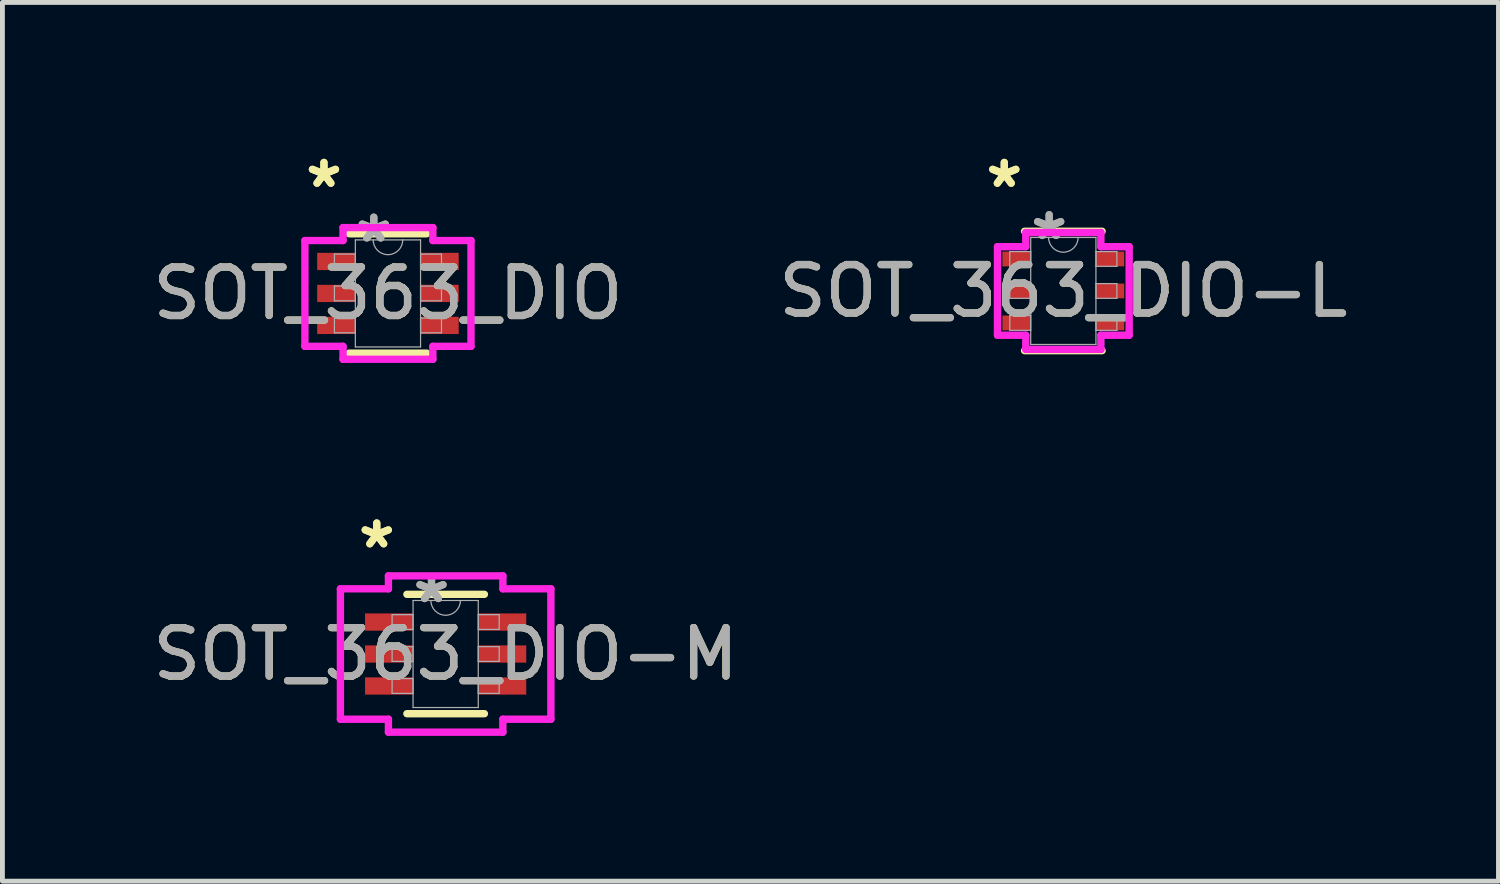
<source format=kicad_pcb>
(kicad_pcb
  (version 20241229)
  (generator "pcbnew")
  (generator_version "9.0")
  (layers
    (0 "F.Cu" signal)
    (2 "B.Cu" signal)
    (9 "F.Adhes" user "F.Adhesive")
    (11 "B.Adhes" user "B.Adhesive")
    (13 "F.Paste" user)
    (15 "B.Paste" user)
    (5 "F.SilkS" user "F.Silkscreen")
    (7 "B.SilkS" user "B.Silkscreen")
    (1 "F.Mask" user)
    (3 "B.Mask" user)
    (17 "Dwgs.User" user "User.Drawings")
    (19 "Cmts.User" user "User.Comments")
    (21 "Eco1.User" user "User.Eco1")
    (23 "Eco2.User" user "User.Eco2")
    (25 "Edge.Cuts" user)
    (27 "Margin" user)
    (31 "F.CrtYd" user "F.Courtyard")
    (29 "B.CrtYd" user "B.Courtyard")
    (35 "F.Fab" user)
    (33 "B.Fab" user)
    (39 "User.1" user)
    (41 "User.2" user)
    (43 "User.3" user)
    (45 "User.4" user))
  (footprint "SOT_363_DIO-L"
    (layer "F.Cu")
    (at 18.899 2.956)
    (property "Reference" "SOT_363_DIO-L" (at 0 0 0) (unlocked yes) (layer "F.SilkS") (effects (font (size 1 1) (thickness 0.15))))
    (attr smd)
    (fp_line (start -0.8 1.232) (end 0.8 1.232) (stroke (width 0.152) (type solid)) (layer "F.SilkS"))
    (fp_line (start 0.8 -1.232) (end -0.8 -1.232) (stroke (width 0.152) (type solid)) (layer "F.SilkS"))
    (fp_line (start -1.359 -0.914) (end -0.775 -0.914) (stroke (width 0.152) (type solid)) (layer "F.CrtYd"))
    (fp_line (start -1.359 0.914) (end -1.359 -0.914) (stroke (width 0.152) (type solid)) (layer "F.CrtYd"))
    (fp_line (start -1.359 0.914) (end -0.775 0.914) (stroke (width 0.152) (type solid)) (layer "F.CrtYd"))
    (fp_line (start -0.775 -1.206) (end 0.775 -1.206) (stroke (width 0.152) (type solid)) (layer "F.CrtYd"))
    (fp_line (start -0.775 -0.914) (end -0.775 -1.206) (stroke (width 0.152) (type solid)) (layer "F.CrtYd"))
    (fp_line (start -0.775 1.206) (end -0.775 0.914) (stroke (width 0.152) (type solid)) (layer "F.CrtYd"))
    (fp_line (start 0.775 -1.206) (end 0.775 -0.914) (stroke (width 0.152) (type solid)) (layer "F.CrtYd"))
    (fp_line (start 0.775 0.914) (end 0.775 1.206) (stroke (width 0.152) (type solid)) (layer "F.CrtYd"))
    (fp_line (start 0.775 1.206) (end -0.775 1.206) (stroke (width 0.152) (type solid)) (layer "F.CrtYd"))
    (fp_line (start 1.359 -0.914) (end 0.775 -0.914) (stroke (width 0.152) (type solid)) (layer "F.CrtYd"))
    (fp_line (start 1.359 -0.914) (end 1.359 0.914) (stroke (width 0.152) (type solid)) (layer "F.CrtYd"))
    (fp_line (start 1.359 0.914) (end 0.775 0.914) (stroke (width 0.152) (type solid)) (layer "F.CrtYd"))
    (fp_line (start -1.105 -0.813) (end -1.105 -0.508) (stroke (width 0.025) (type solid)) (layer "F.Fab"))
    (fp_line (start -1.105 -0.508) (end -0.673 -0.508) (stroke (width 0.025) (type solid)) (layer "F.Fab"))
    (fp_line (start -1.105 -0.152) (end -1.105 0.152) (stroke (width 0.025) (type solid)) (layer "F.Fab"))
    (fp_line (start -1.105 0.152) (end -0.673 0.152) (stroke (width 0.025) (type solid)) (layer "F.Fab"))
    (fp_line (start -1.105 0.508) (end -1.105 0.813) (stroke (width 0.025) (type solid)) (layer "F.Fab"))
    (fp_line (start -1.105 0.813) (end -0.673 0.813) (stroke (width 0.025) (type solid)) (layer "F.Fab"))
    (fp_line (start -0.673 -1.105) (end -0.673 1.105) (stroke (width 0.025) (type solid)) (layer "F.Fab"))
    (fp_line (start -0.673 -0.813) (end -1.105 -0.813) (stroke (width 0.025) (type solid)) (layer "F.Fab"))
    (fp_line (start -0.673 -0.508) (end -0.673 -0.813) (stroke (width 0.025) (type solid)) (layer "F.Fab"))
    (fp_line (start -0.673 -0.152) (end -1.105 -0.152) (stroke (width 0.025) (type solid)) (layer "F.Fab"))
    (fp_line (start -0.673 0.152) (end -0.673 -0.152) (stroke (width 0.025) (type solid)) (layer "F.Fab"))
    (fp_line (start -0.673 0.508) (end -1.105 0.508) (stroke (width 0.025) (type solid)) (layer "F.Fab"))
    (fp_line (start -0.673 0.813) (end -0.673 0.508) (stroke (width 0.025) (type solid)) (layer "F.Fab"))
    (fp_line (start -0.673 1.105) (end 0.673 1.105) (stroke (width 0.025) (type solid)) (layer "F.Fab"))
    (fp_line (start 0.673 -1.105) (end -0.673 -1.105) (stroke (width 0.025) (type solid)) (layer "F.Fab"))
    (fp_line (start 0.673 -0.813) (end 0.673 -0.508) (stroke (width 0.025) (type solid)) (layer "F.Fab"))
    (fp_line (start 0.673 -0.508) (end 1.105 -0.508) (stroke (width 0.025) (type solid)) (layer "F.Fab"))
    (fp_line (start 0.673 -0.152) (end 0.673 0.152) (stroke (width 0.025) (type solid)) (layer "F.Fab"))
    (fp_line (start 0.673 0.152) (end 1.105 0.152) (stroke (width 0.025) (type solid)) (layer "F.Fab"))
    (fp_line (start 0.673 0.508) (end 0.673 0.813) (stroke (width 0.025) (type solid)) (layer "F.Fab"))
    (fp_line (start 0.673 0.813) (end 1.105 0.813) (stroke (width 0.025) (type solid)) (layer "F.Fab"))
    (fp_line (start 0.673 1.105) (end 0.673 -1.105) (stroke (width 0.025) (type solid)) (layer "F.Fab"))
    (fp_line (start 1.105 -0.813) (end 0.673 -0.813) (stroke (width 0.025) (type solid)) (layer "F.Fab"))
    (fp_line (start 1.105 -0.508) (end 1.105 -0.813) (stroke (width 0.025) (type solid)) (layer "F.Fab"))
    (fp_line (start 1.105 -0.152) (end 0.673 -0.152) (stroke (width 0.025) (type solid)) (layer "F.Fab"))
    (fp_line (start 1.105 0.152) (end 1.105 -0.152) (stroke (width 0.025) (type solid)) (layer "F.Fab"))
    (fp_line (start 1.105 0.508) (end 0.673 0.508) (stroke (width 0.025) (type solid)) (layer "F.Fab"))
    (fp_line (start 1.105 0.813) (end 1.105 0.508) (stroke (width 0.025) (type solid)) (layer "F.Fab"))
    (fp_arc (start 0.3048 -1.1049) (mid 0 -0.8001) (end -0.3048 -1.1049) (stroke (width 0.0254) (type solid)) (layer "F.Fab"))
    (fp_text user "*" (at -1.219 -2.108 0) (unlocked yes) (layer "F.SilkS") (effects (font (size 1 1) (thickness 0.15))))
    (fp_text user "*" (at -1.219 -2.108 0) (layer "F.SilkS") (effects (font (size 1 1) (thickness 0.15))))
    (fp_text user "*" (at -0.292 -1.029 0) (unlocked yes) (layer "F.Fab") (effects (font (size 1 1) (thickness 0.15))))
    (fp_text user "*" (at -0.292 -1.029 0) (layer "F.Fab") (effects (font (size 1 1) (thickness 0.15))))
    (fp_text user "${REFERENCE}" (at 0 0 0) (unlocked yes) (layer "F.Fab") (effects (font (size 1 1) (thickness 0.15))))
    (pad "1" smd rect (at -0.965 -0.66) (size 0.584 0.305) (layers "F.Cu" "F.Mask" "F.Paste"))
    (pad "2" smd rect (at -0.965 0) (size 0.584 0.305) (layers "F.Cu" "F.Mask" "F.Paste"))
    (pad "3" smd rect (at -0.965 0.66) (size 0.584 0.305) (layers "F.Cu" "F.Mask" "F.Paste"))
    (pad "4" smd rect (at 0.965 0.66) (size 0.584 0.305) (layers "F.Cu" "F.Mask" "F.Paste"))
    (pad "5" smd rect (at 0.965 0) (size 0.584 0.305) (layers "F.Cu" "F.Mask" "F.Paste"))
    (pad "6" smd rect (at 0.965 -0.66) (size 0.584 0.305) (layers "F.Cu" "F.Mask" "F.Paste")))
  (footprint "SOT_363_DIO-M"
    (layer "F.Cu")
    (at 6.149 10.45)
    (property "Reference" "SOT_363_DIO-M" (at 0 0 0) (unlocked yes) (layer "F.SilkS") (effects (font (size 1 1) (thickness 0.15))))
    (attr smd)
    (fp_line (start -0.8 1.232) (end 0.8 1.232) (stroke (width 0.152) (type solid)) (layer "F.SilkS"))
    (fp_line (start 0.8 -1.232) (end -0.8 -1.232) (stroke (width 0.152) (type solid)) (layer "F.SilkS"))
    (fp_line (start -2.172 -1.346) (end -1.181 -1.346) (stroke (width 0.152) (type solid)) (layer "F.CrtYd"))
    (fp_line (start -2.172 1.346) (end -2.172 -1.346) (stroke (width 0.152) (type solid)) (layer "F.CrtYd"))
    (fp_line (start -2.172 1.346) (end -1.181 1.346) (stroke (width 0.152) (type solid)) (layer "F.CrtYd"))
    (fp_line (start -1.181 -1.613) (end 1.181 -1.613) (stroke (width 0.152) (type solid)) (layer "F.CrtYd"))
    (fp_line (start -1.181 -1.346) (end -1.181 -1.613) (stroke (width 0.152) (type solid)) (layer "F.CrtYd"))
    (fp_line (start -1.181 1.613) (end -1.181 1.346) (stroke (width 0.152) (type solid)) (layer "F.CrtYd"))
    (fp_line (start 1.181 -1.613) (end 1.181 -1.346) (stroke (width 0.152) (type solid)) (layer "F.CrtYd"))
    (fp_line (start 1.181 1.346) (end 1.181 1.613) (stroke (width 0.152) (type solid)) (layer "F.CrtYd"))
    (fp_line (start 1.181 1.613) (end -1.181 1.613) (stroke (width 0.152) (type solid)) (layer "F.CrtYd"))
    (fp_line (start 2.172 -1.346) (end 1.181 -1.346) (stroke (width 0.152) (type solid)) (layer "F.CrtYd"))
    (fp_line (start 2.172 -1.346) (end 2.172 1.346) (stroke (width 0.152) (type solid)) (layer "F.CrtYd"))
    (fp_line (start 2.172 1.346) (end 1.181 1.346) (stroke (width 0.152) (type solid)) (layer "F.CrtYd"))
    (fp_line (start -1.105 -0.813) (end -1.105 -0.508) (stroke (width 0.025) (type solid)) (layer "F.Fab"))
    (fp_line (start -1.105 -0.508) (end -0.673 -0.508) (stroke (width 0.025) (type solid)) (layer "F.Fab"))
    (fp_line (start -1.105 -0.152) (end -1.105 0.152) (stroke (width 0.025) (type solid)) (layer "F.Fab"))
    (fp_line (start -1.105 0.152) (end -0.673 0.152) (stroke (width 0.025) (type solid)) (layer "F.Fab"))
    (fp_line (start -1.105 0.508) (end -1.105 0.813) (stroke (width 0.025) (type solid)) (layer "F.Fab"))
    (fp_line (start -1.105 0.813) (end -0.673 0.813) (stroke (width 0.025) (type solid)) (layer "F.Fab"))
    (fp_line (start -0.673 -1.105) (end -0.673 1.105) (stroke (width 0.025) (type solid)) (layer "F.Fab"))
    (fp_line (start -0.673 -0.813) (end -1.105 -0.813) (stroke (width 0.025) (type solid)) (layer "F.Fab"))
    (fp_line (start -0.673 -0.508) (end -0.673 -0.813) (stroke (width 0.025) (type solid)) (layer "F.Fab"))
    (fp_line (start -0.673 -0.152) (end -1.105 -0.152) (stroke (width 0.025) (type solid)) (layer "F.Fab"))
    (fp_line (start -0.673 0.152) (end -0.673 -0.152) (stroke (width 0.025) (type solid)) (layer "F.Fab"))
    (fp_line (start -0.673 0.508) (end -1.105 0.508) (stroke (width 0.025) (type solid)) (layer "F.Fab"))
    (fp_line (start -0.673 0.813) (end -0.673 0.508) (stroke (width 0.025) (type solid)) (layer "F.Fab"))
    (fp_line (start -0.673 1.105) (end 0.673 1.105) (stroke (width 0.025) (type solid)) (layer "F.Fab"))
    (fp_line (start 0.673 -1.105) (end -0.673 -1.105) (stroke (width 0.025) (type solid)) (layer "F.Fab"))
    (fp_line (start 0.673 -0.813) (end 0.673 -0.508) (stroke (width 0.025) (type solid)) (layer "F.Fab"))
    (fp_line (start 0.673 -0.508) (end 1.105 -0.508) (stroke (width 0.025) (type solid)) (layer "F.Fab"))
    (fp_line (start 0.673 -0.152) (end 0.673 0.152) (stroke (width 0.025) (type solid)) (layer "F.Fab"))
    (fp_line (start 0.673 0.152) (end 1.105 0.152) (stroke (width 0.025) (type solid)) (layer "F.Fab"))
    (fp_line (start 0.673 0.508) (end 0.673 0.813) (stroke (width 0.025) (type solid)) (layer "F.Fab"))
    (fp_line (start 0.673 0.813) (end 1.105 0.813) (stroke (width 0.025) (type solid)) (layer "F.Fab"))
    (fp_line (start 0.673 1.105) (end 0.673 -1.105) (stroke (width 0.025) (type solid)) (layer "F.Fab"))
    (fp_line (start 1.105 -0.813) (end 0.673 -0.813) (stroke (width 0.025) (type solid)) (layer "F.Fab"))
    (fp_line (start 1.105 -0.508) (end 1.105 -0.813) (stroke (width 0.025) (type solid)) (layer "F.Fab"))
    (fp_line (start 1.105 -0.152) (end 0.673 -0.152) (stroke (width 0.025) (type solid)) (layer "F.Fab"))
    (fp_line (start 1.105 0.152) (end 1.105 -0.152) (stroke (width 0.025) (type solid)) (layer "F.Fab"))
    (fp_line (start 1.105 0.508) (end 0.673 0.508) (stroke (width 0.025) (type solid)) (layer "F.Fab"))
    (fp_line (start 1.105 0.813) (end 1.105 0.508) (stroke (width 0.025) (type solid)) (layer "F.Fab"))
    (fp_arc (start 0.3048 -1.1049) (mid 0 -0.8001) (end -0.3048 -1.1049) (stroke (width 0.0254) (type solid)) (layer "F.Fab"))
    (fp_text user "*" (at -1.422 -2.159 0) (layer "F.SilkS") (effects (font (size 1 1) (thickness 0.15))))
    (fp_text user "*" (at -1.422 -2.159 0) (unlocked yes) (layer "F.SilkS") (effects (font (size 1 1) (thickness 0.15))))
    (fp_text user "*" (at -0.292 -1.029 0) (layer "F.Fab") (effects (font (size 1 1) (thickness 0.15))))
    (fp_text user "${REFERENCE}" (at 0 0 0) (unlocked yes) (layer "F.Fab") (effects (font (size 1 1) (thickness 0.15))))
    (fp_text user "*" (at -0.292 -1.029 0) (unlocked yes) (layer "F.Fab") (effects (font (size 1 1) (thickness 0.15))))
    (pad "1" smd rect (at -1.168 -0.66) (size 0.991 0.356) (layers "F.Cu" "F.Mask" "F.Paste"))
    (pad "2" smd rect (at -1.168 0) (size 0.991 0.356) (layers "F.Cu" "F.Mask" "F.Paste"))
    (pad "3" smd rect (at -1.168 0.66) (size 0.991 0.356) (layers "F.Cu" "F.Mask" "F.Paste"))
    (pad "4" smd rect (at 1.168 0.66) (size 0.991 0.356) (layers "F.Cu" "F.Mask" "F.Paste"))
    (pad "5" smd rect (at 1.168 0) (size 0.991 0.356) (layers "F.Cu" "F.Mask" "F.Paste"))
    (pad "6" smd rect (at 1.168 -0.66) (size 0.991 0.356) (layers "F.Cu" "F.Mask" "F.Paste")))
  (footprint "SOT_363_DIO"
    (layer "F.Cu")
    (at 4.958 3.007)
    (property "Reference" "SOT_363_DIO" (at 0 0 0) (unlocked yes) (layer "F.SilkS") (effects (font (size 1 1) (thickness 0.15))))
    (attr smd)
    (fp_line (start -0.8 1.232) (end 0.8 1.232) (stroke (width 0.152) (type solid)) (layer "F.SilkS"))
    (fp_line (start 0.8 -1.232) (end -0.8 -1.232) (stroke (width 0.152) (type solid)) (layer "F.SilkS"))
    (fp_line (start -1.714 -1.092) (end -0.927 -1.092) (stroke (width 0.152) (type solid)) (layer "F.CrtYd"))
    (fp_line (start -1.714 1.092) (end -1.714 -1.092) (stroke (width 0.152) (type solid)) (layer "F.CrtYd"))
    (fp_line (start -1.714 1.092) (end -0.927 1.092) (stroke (width 0.152) (type solid)) (layer "F.CrtYd"))
    (fp_line (start -0.927 -1.359) (end 0.927 -1.359) (stroke (width 0.152) (type solid)) (layer "F.CrtYd"))
    (fp_line (start -0.927 -1.092) (end -0.927 -1.359) (stroke (width 0.152) (type solid)) (layer "F.CrtYd"))
    (fp_line (start -0.927 1.359) (end -0.927 1.092) (stroke (width 0.152) (type solid)) (layer "F.CrtYd"))
    (fp_line (start 0.927 -1.359) (end 0.927 -1.092) (stroke (width 0.152) (type solid)) (layer "F.CrtYd"))
    (fp_line (start 0.927 1.092) (end 0.927 1.359) (stroke (width 0.152) (type solid)) (layer "F.CrtYd"))
    (fp_line (start 0.927 1.359) (end -0.927 1.359) (stroke (width 0.152) (type solid)) (layer "F.CrtYd"))
    (fp_line (start 1.714 -1.092) (end 0.927 -1.092) (stroke (width 0.152) (type solid)) (layer "F.CrtYd"))
    (fp_line (start 1.714 -1.092) (end 1.714 1.092) (stroke (width 0.152) (type solid)) (layer "F.CrtYd"))
    (fp_line (start 1.714 1.092) (end 0.927 1.092) (stroke (width 0.152) (type solid)) (layer "F.CrtYd"))
    (fp_line (start -1.105 -0.813) (end -1.105 -0.508) (stroke (width 0.025) (type solid)) (layer "F.Fab"))
    (fp_line (start -1.105 -0.508) (end -0.673 -0.508) (stroke (width 0.025) (type solid)) (layer "F.Fab"))
    (fp_line (start -1.105 -0.152) (end -1.105 0.152) (stroke (width 0.025) (type solid)) (layer "F.Fab"))
    (fp_line (start -1.105 0.152) (end -0.673 0.152) (stroke (width 0.025) (type solid)) (layer "F.Fab"))
    (fp_line (start -1.105 0.508) (end -1.105 0.813) (stroke (width 0.025) (type solid)) (layer "F.Fab"))
    (fp_line (start -1.105 0.813) (end -0.673 0.813) (stroke (width 0.025) (type solid)) (layer "F.Fab"))
    (fp_line (start -0.673 -1.105) (end -0.673 1.105) (stroke (width 0.025) (type solid)) (layer "F.Fab"))
    (fp_line (start -0.673 -0.813) (end -1.105 -0.813) (stroke (width 0.025) (type solid)) (layer "F.Fab"))
    (fp_line (start -0.673 -0.508) (end -0.673 -0.813) (stroke (width 0.025) (type solid)) (layer "F.Fab"))
    (fp_line (start -0.673 -0.152) (end -1.105 -0.152) (stroke (width 0.025) (type solid)) (layer "F.Fab"))
    (fp_line (start -0.673 0.152) (end -0.673 -0.152) (stroke (width 0.025) (type solid)) (layer "F.Fab"))
    (fp_line (start -0.673 0.508) (end -1.105 0.508) (stroke (width 0.025) (type solid)) (layer "F.Fab"))
    (fp_line (start -0.673 0.813) (end -0.673 0.508) (stroke (width 0.025) (type solid)) (layer "F.Fab"))
    (fp_line (start -0.673 1.105) (end 0.673 1.105) (stroke (width 0.025) (type solid)) (layer "F.Fab"))
    (fp_line (start 0.673 -1.105) (end -0.673 -1.105) (stroke (width 0.025) (type solid)) (layer "F.Fab"))
    (fp_line (start 0.673 -0.813) (end 0.673 -0.508) (stroke (width 0.025) (type solid)) (layer "F.Fab"))
    (fp_line (start 0.673 -0.508) (end 1.105 -0.508) (stroke (width 0.025) (type solid)) (layer "F.Fab"))
    (fp_line (start 0.673 -0.152) (end 0.673 0.152) (stroke (width 0.025) (type solid)) (layer "F.Fab"))
    (fp_line (start 0.673 0.152) (end 1.105 0.152) (stroke (width 0.025) (type solid)) (layer "F.Fab"))
    (fp_line (start 0.673 0.508) (end 0.673 0.813) (stroke (width 0.025) (type solid)) (layer "F.Fab"))
    (fp_line (start 0.673 0.813) (end 1.105 0.813) (stroke (width 0.025) (type solid)) (layer "F.Fab"))
    (fp_line (start 0.673 1.105) (end 0.673 -1.105) (stroke (width 0.025) (type solid)) (layer "F.Fab"))
    (fp_line (start 1.105 -0.813) (end 0.673 -0.813) (stroke (width 0.025) (type solid)) (layer "F.Fab"))
    (fp_line (start 1.105 -0.508) (end 1.105 -0.813) (stroke (width 0.025) (type solid)) (layer "F.Fab"))
    (fp_line (start 1.105 -0.152) (end 0.673 -0.152) (stroke (width 0.025) (type solid)) (layer "F.Fab"))
    (fp_line (start 1.105 0.152) (end 1.105 -0.152) (stroke (width 0.025) (type solid)) (layer "F.Fab"))
    (fp_line (start 1.105 0.508) (end 0.673 0.508) (stroke (width 0.025) (type solid)) (layer "F.Fab"))
    (fp_line (start 1.105 0.813) (end 1.105 0.508) (stroke (width 0.025) (type solid)) (layer "F.Fab"))
    (fp_arc (start 0.3048 -1.1049) (mid 0 -0.8001) (end -0.3048 -1.1049) (stroke (width 0.0254) (type solid)) (layer "F.Fab"))
    (fp_text user "*" (at -1.321 -2.159 0) (unlocked yes) (layer "F.SilkS") (effects (font (size 1 1) (thickness 0.15))))
    (fp_text user "*" (at -1.321 -2.159 0) (layer "F.SilkS") (effects (font (size 1 1) (thickness 0.15))))
    (fp_text user "*" (at -0.292 -1.029 0) (unlocked yes) (layer "F.Fab") (effects (font (size 1 1) (thickness 0.15))))
    (fp_text user "*" (at -0.292 -1.029 0) (layer "F.Fab") (effects (font (size 1 1) (thickness 0.15))))
    (fp_text user "${REFERENCE}" (at 0 0 0) (unlocked yes) (layer "F.Fab") (effects (font (size 1 1) (thickness 0.15))))
    (pad "1" smd rect (at -1.067 -0.66) (size 0.787 0.356) (layers "F.Cu" "F.Mask" "F.Paste"))
    (pad "2" smd rect (at -1.067 0) (size 0.787 0.356) (layers "F.Cu" "F.Mask" "F.Paste"))
    (pad "3" smd rect (at -1.067 0.66) (size 0.787 0.356) (layers "F.Cu" "F.Mask" "F.Paste"))
    (pad "4" smd rect (at 1.067 0.66) (size 0.787 0.356) (layers "F.Cu" "F.Mask" "F.Paste"))
    (pad "5" smd rect (at 1.067 0) (size 0.787 0.356) (layers "F.Cu" "F.Mask" "F.Paste"))
    (pad "6" smd rect (at 1.067 -0.66) (size 0.787 0.356) (layers "F.Cu" "F.Mask" "F.Paste")))
  (gr_rect
    (start -3 -3)
    (end 27.881 15.139)
    (stroke (width 0.1) (type default))
    (fill no)
    (layer "Edge.Cuts")))
</source>
